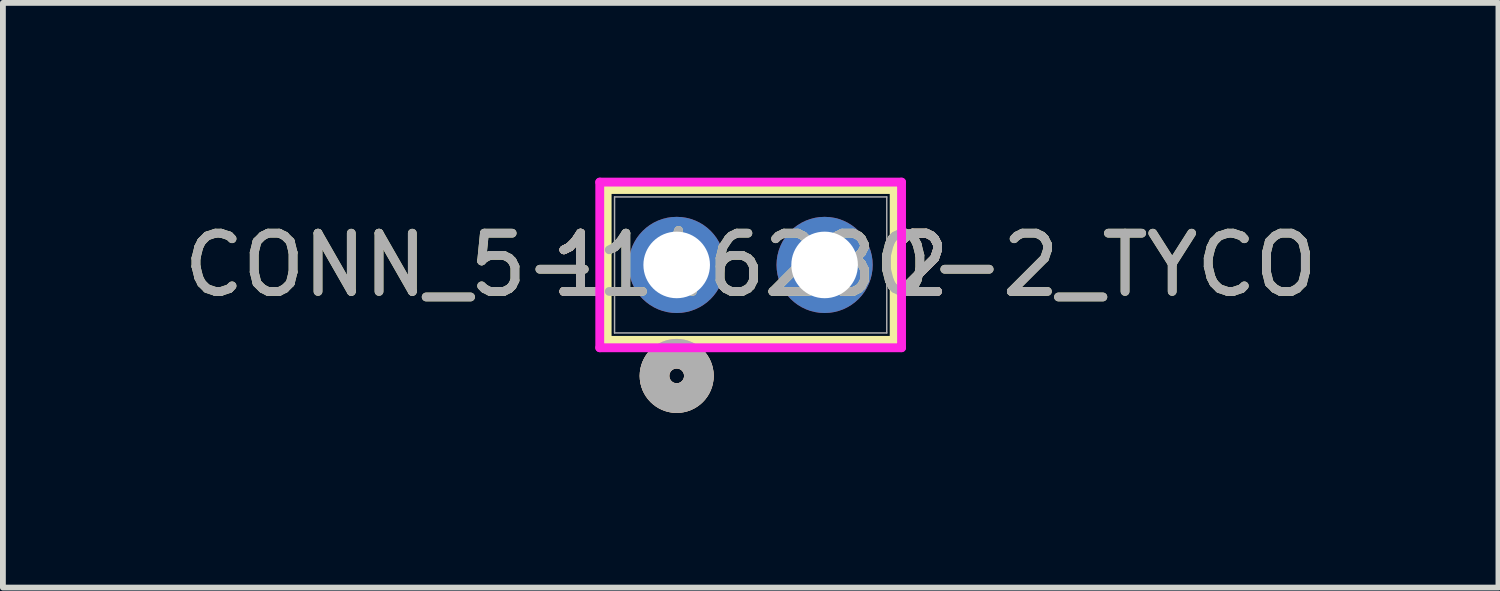
<source format=kicad_pcb>
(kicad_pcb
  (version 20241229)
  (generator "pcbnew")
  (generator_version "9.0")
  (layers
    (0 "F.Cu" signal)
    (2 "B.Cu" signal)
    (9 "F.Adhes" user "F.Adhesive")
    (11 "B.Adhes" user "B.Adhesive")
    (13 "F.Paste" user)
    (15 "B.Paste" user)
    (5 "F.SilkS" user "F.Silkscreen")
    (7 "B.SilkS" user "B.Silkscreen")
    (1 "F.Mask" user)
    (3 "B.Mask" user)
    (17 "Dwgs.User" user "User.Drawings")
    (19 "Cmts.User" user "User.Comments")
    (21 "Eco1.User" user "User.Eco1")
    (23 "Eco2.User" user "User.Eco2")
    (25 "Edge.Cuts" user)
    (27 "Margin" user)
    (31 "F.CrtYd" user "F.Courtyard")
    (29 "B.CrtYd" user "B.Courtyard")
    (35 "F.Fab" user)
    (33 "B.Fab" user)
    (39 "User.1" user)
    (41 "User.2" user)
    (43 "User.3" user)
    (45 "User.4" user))
  (footprint "CONN_5-146280-2_TYCO"
    (layer "F.Cu")
    (at 8.569 1.499)
    (property "Reference" "CONN_5-146280-2_TYCO" (at 1.27 0 0) (unlocked yes) (layer "F.SilkS") (effects (font (size 1 1) (thickness 0.15))))
    (attr through_hole)
    (fp_line (start -1.194 -1.295) (end -1.194 1.295) (stroke (width 0.152) (type solid)) (layer "F.SilkS"))
    (fp_line (start -1.194 1.295) (end 3.734 1.295) (stroke (width 0.152) (type solid)) (layer "F.SilkS"))
    (fp_line (start 3.734 -1.295) (end -1.194 -1.295) (stroke (width 0.152) (type solid)) (layer "F.SilkS"))
    (fp_line (start 3.734 1.295) (end 3.734 -1.295) (stroke (width 0.152) (type solid)) (layer "F.SilkS"))
    (fp_circle (center 0 1.905) (end 0.381 1.905) (stroke (width 0.508) (type solid)) (fill no) (layer "F.SilkS"))
    (fp_circle (center 0 1.905) (end 0.381 1.905) (stroke (width 0.508) (type solid)) (fill no) (layer "B.SilkS"))
    (fp_line (start -1.321 -1.422) (end -1.321 1.422) (stroke (width 0.152) (type solid)) (layer "F.CrtYd"))
    (fp_line (start -1.321 1.422) (end 3.861 1.422) (stroke (width 0.152) (type solid)) (layer "F.CrtYd"))
    (fp_line (start 3.861 -1.422) (end -1.321 -1.422) (stroke (width 0.152) (type solid)) (layer "F.CrtYd"))
    (fp_line (start 3.861 1.422) (end 3.861 -1.422) (stroke (width 0.152) (type solid)) (layer "F.CrtYd"))
    (fp_line (start -1.067 -1.168) (end -1.067 1.168) (stroke (width 0.025) (type solid)) (layer "F.Fab"))
    (fp_line (start -1.067 1.168) (end 3.607 1.168) (stroke (width 0.025) (type solid)) (layer "F.Fab"))
    (fp_line (start 3.607 -1.168) (end -1.067 -1.168) (stroke (width 0.025) (type solid)) (layer "F.Fab"))
    (fp_line (start 3.607 1.168) (end 3.607 -1.168) (stroke (width 0.025) (type solid)) (layer "F.Fab"))
    (fp_circle (center 0 1.905) (end 0.381 1.905) (stroke (width 0.508) (type solid)) (fill no) (layer "F.Fab"))
    (fp_text user "2" (at 4.191 0 0) (unlocked yes) (layer "F.SilkS") (effects (font (size 1 1) (thickness 0.15))))
    (fp_text user "2" (at 4.191 0 0) (unlocked yes) (layer "F.SilkS") (effects (font (size 1 1) (thickness 0.15))))
    (fp_text user "1" (at -1.651 0 0) (unlocked yes) (layer "F.SilkS") (effects (font (size 1 1) (thickness 0.15))))
    (fp_text user "1" (at -1.651 0 0) (unlocked yes) (layer "F.SilkS") (effects (font (size 1 1) (thickness 0.15))))
    (fp_text user "2" (at 4.191 0 0) (unlocked yes) (layer "B.SilkS") (effects (font (size 1 1) (thickness 0.15))))
    (fp_text user "2" (at 4.191 0 0) (unlocked yes) (layer "B.SilkS") (effects (font (size 1 1) (thickness 0.15))))
    (fp_text user "1" (at -1.651 0 0) (unlocked yes) (layer "B.SilkS") (effects (font (size 1 1) (thickness 0.15))))
    (fp_text user "1" (at -1.651 0 0) (unlocked yes) (layer "B.SilkS") (effects (font (size 1 1) (thickness 0.15))))
    (fp_text user "2" (at 4.191 0 0) (unlocked yes) (layer "F.Fab") (effects (font (size 1 1) (thickness 0.15))))
    (fp_text user "${REFERENCE}" (at 1.27 0 0) (unlocked yes) (layer "F.Fab") (effects (font (size 1 1) (thickness 0.15))))
    (fp_text user "1" (at -1.651 0 0) (unlocked yes) (layer "F.Fab") (effects (font (size 1 1) (thickness 0.15))))
    (fp_text user "2" (at 4.191 0 0) (unlocked yes) (layer "F.Fab") (effects (font (size 1 1) (thickness 0.15))))
    (fp_text user "1" (at -1.651 0 0) (unlocked yes) (layer "F.Fab") (effects (font (size 1 1) (thickness 0.15))))
    (pad "1" thru_hole circle (at 0 0) (size 1.651 1.651) (drill 1.143) (layers "*.Cu" "*.Mask"))
    (pad "2" thru_hole circle (at 2.54 0) (size 1.651 1.651) (drill 1.143) (layers "*.Cu" "*.Mask")))
  (gr_rect
    (start -3 -3)
    (end 22.679 7.039)
    (stroke (width 0.1) (type default))
    (fill no)
    (layer "Edge.Cuts")))
</source>
